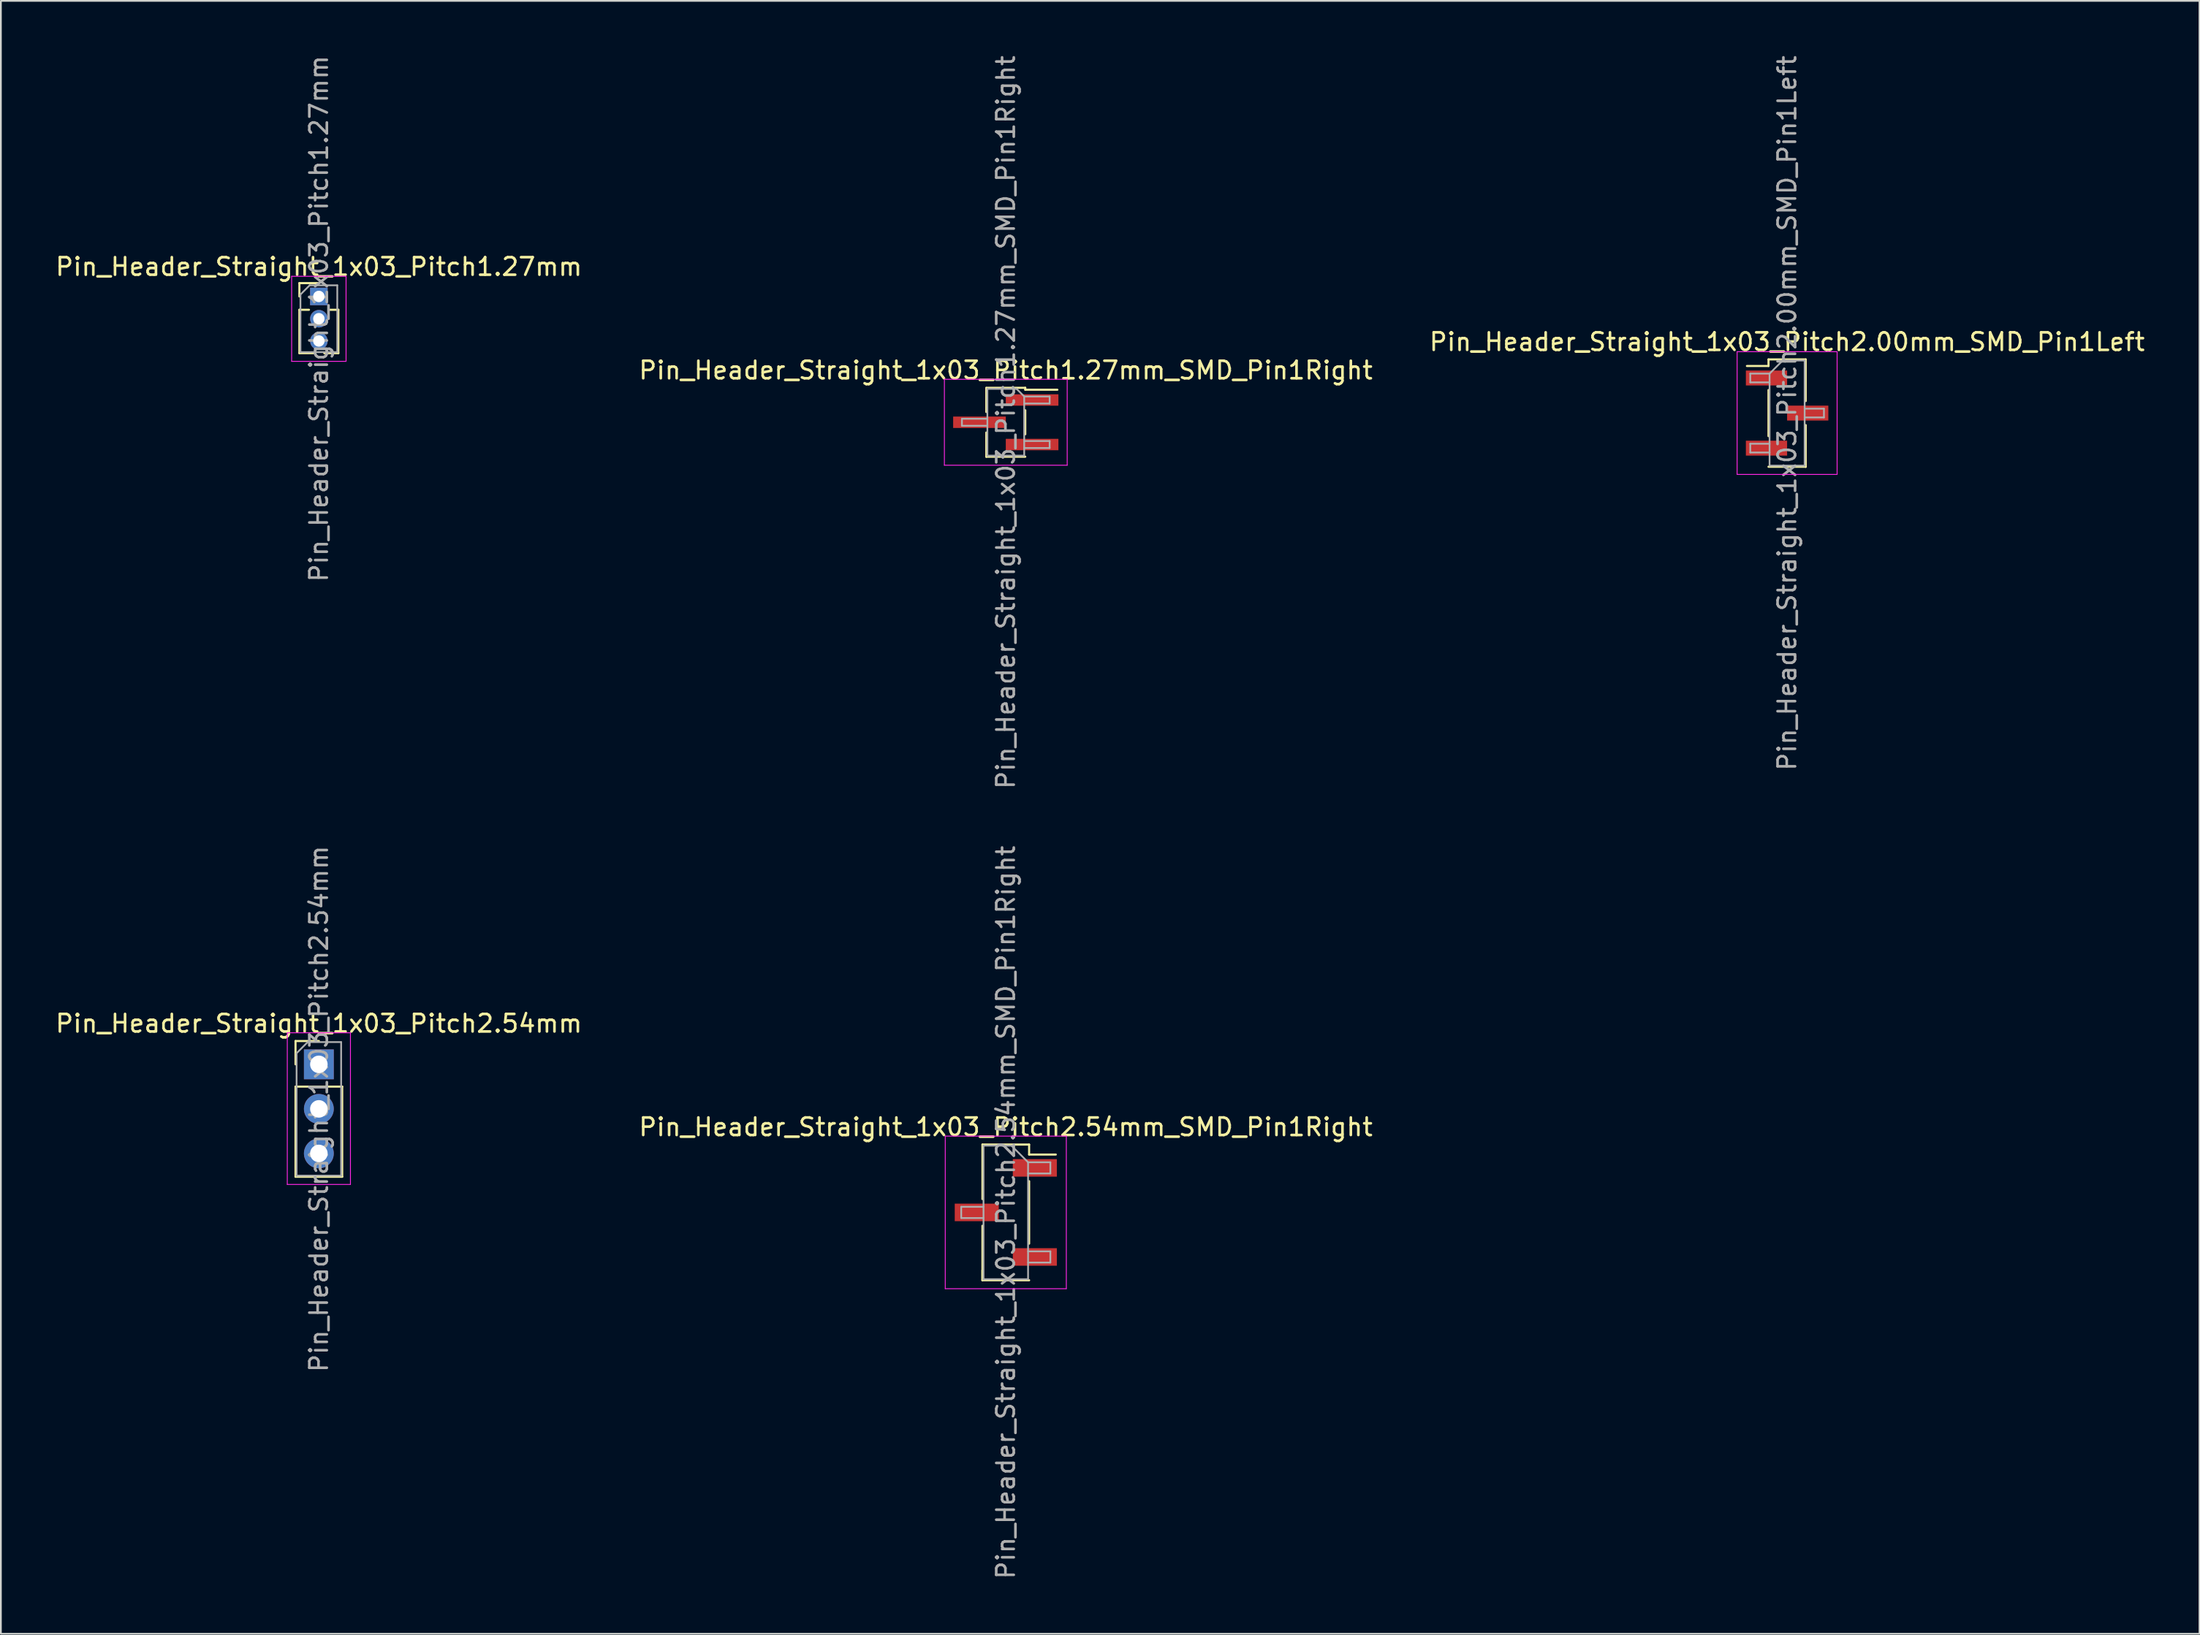
<source format=kicad_pcb>
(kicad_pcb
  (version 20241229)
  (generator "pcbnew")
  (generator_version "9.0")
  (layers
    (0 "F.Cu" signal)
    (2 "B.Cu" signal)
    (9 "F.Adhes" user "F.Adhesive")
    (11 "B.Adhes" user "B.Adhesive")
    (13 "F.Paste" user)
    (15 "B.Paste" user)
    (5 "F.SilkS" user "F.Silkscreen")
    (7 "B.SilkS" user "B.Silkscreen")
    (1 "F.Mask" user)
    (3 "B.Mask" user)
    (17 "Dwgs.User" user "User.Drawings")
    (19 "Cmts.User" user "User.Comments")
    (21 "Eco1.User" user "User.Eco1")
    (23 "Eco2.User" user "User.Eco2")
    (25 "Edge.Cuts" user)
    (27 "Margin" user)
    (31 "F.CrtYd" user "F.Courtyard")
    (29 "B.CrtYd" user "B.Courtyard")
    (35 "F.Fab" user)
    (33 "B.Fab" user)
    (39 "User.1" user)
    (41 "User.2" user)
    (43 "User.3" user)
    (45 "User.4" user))
  (footprint "Pin_Header_Straight_1x03_Pitch2.54mm"
    (layer "F.Cu")
    (at 15.125 57.645)
    (property "Reference" "Pin_Header_Straight_1x03_Pitch2.54mm" (at 0 -2.33 0) (layer "F.SilkS") (effects (font (size 1 1) (thickness 0.15))))
    (attr through_hole)
    (fp_line (start -1.33 -1.33) (end 0 -1.33) (stroke (width 0.12) (type solid)) (layer "F.SilkS"))
    (fp_line (start -1.33 0) (end -1.33 -1.33) (stroke (width 0.12) (type solid)) (layer "F.SilkS"))
    (fp_line (start -1.33 1.27) (end -1.33 6.41) (stroke (width 0.12) (type solid)) (layer "F.SilkS"))
    (fp_line (start -1.33 1.27) (end 1.33 1.27) (stroke (width 0.12) (type solid)) (layer "F.SilkS"))
    (fp_line (start -1.33 6.41) (end 1.33 6.41) (stroke (width 0.12) (type solid)) (layer "F.SilkS"))
    (fp_line (start 1.33 1.27) (end 1.33 6.41) (stroke (width 0.12) (type solid)) (layer "F.SilkS"))
    (fp_line (start -1.8 -1.8) (end -1.8 6.85) (stroke (width 0.05) (type solid)) (layer "F.CrtYd"))
    (fp_line (start -1.8 6.85) (end 1.8 6.85) (stroke (width 0.05) (type solid)) (layer "F.CrtYd"))
    (fp_line (start 1.8 -1.8) (end -1.8 -1.8) (stroke (width 0.05) (type solid)) (layer "F.CrtYd"))
    (fp_line (start 1.8 6.85) (end 1.8 -1.8) (stroke (width 0.05) (type solid)) (layer "F.CrtYd"))
    (fp_line (start -1.27 -0.635) (end -0.635 -1.27) (stroke (width 0.1) (type solid)) (layer "F.Fab"))
    (fp_line (start -1.27 6.35) (end -1.27 -0.635) (stroke (width 0.1) (type solid)) (layer "F.Fab"))
    (fp_line (start -0.635 -1.27) (end 1.27 -1.27) (stroke (width 0.1) (type solid)) (layer "F.Fab"))
    (fp_line (start 1.27 -1.27) (end 1.27 6.35) (stroke (width 0.1) (type solid)) (layer "F.Fab"))
    (fp_line (start 1.27 6.35) (end -1.27 6.35) (stroke (width 0.1) (type solid)) (layer "F.Fab"))
    (fp_text user "${REFERENCE}" (at 0 2.54 90) (layer "F.Fab") (effects (font (size 1 1) (thickness 0.15))))
    (pad "1" thru_hole rect (at 0 0) (size 1.7 1.7) (drill 1) (layers "*.Cu" "*.Mask"))
    (pad "2" thru_hole oval (at 0 2.54) (size 1.7 1.7) (drill 1) (layers "*.Cu" "*.Mask"))
    (pad "3" thru_hole oval (at 0 5.08) (size 1.7 1.7) (drill 1) (layers "*.Cu" "*.Mask")))
  (footprint "Pin_Header_Straight_1x03_Pitch2.00mm_SMD_Pin1Left"
    (layer "F.Cu")
    (at 98.815 20.506)
    (property "Reference" "Pin_Header_Straight_1x03_Pitch2.00mm_SMD_Pin1Left" (at 0 -4.06 0) (layer "F.SilkS") (effects (font (size 1 1) (thickness 0.15))))
    (attr smd)
    (fp_line (start -1.06 -3.06) (end -1.06 -2.685) (stroke (width 0.12) (type solid)) (layer "F.SilkS"))
    (fp_line (start -1.06 -3.06) (end 1.06 -3.06) (stroke (width 0.12) (type solid)) (layer "F.SilkS"))
    (fp_line (start -1.06 -2.685) (end -2.29 -2.685) (stroke (width 0.12) (type solid)) (layer "F.SilkS"))
    (fp_line (start -1.06 -1.315) (end -1.06 1.315) (stroke (width 0.12) (type solid)) (layer "F.SilkS"))
    (fp_line (start -1.06 3.06) (end 1.06 3.06) (stroke (width 0.12) (type solid)) (layer "F.SilkS"))
    (fp_line (start 1.06 -3.06) (end 1.06 -0.685) (stroke (width 0.12) (type solid)) (layer "F.SilkS"))
    (fp_line (start 1.06 0.685) (end 1.06 3.06) (stroke (width 0.12) (type solid)) (layer "F.SilkS"))
    (fp_line (start 1.06 2.685) (end 1.06 3.06) (stroke (width 0.12) (type solid)) (layer "F.SilkS"))
    (fp_line (start -2.85 -3.5) (end -2.85 3.5) (stroke (width 0.05) (type solid)) (layer "F.CrtYd"))
    (fp_line (start -2.85 3.5) (end 2.85 3.5) (stroke (width 0.05) (type solid)) (layer "F.CrtYd"))
    (fp_line (start 2.85 -3.5) (end -2.85 -3.5) (stroke (width 0.05) (type solid)) (layer "F.CrtYd"))
    (fp_line (start 2.85 3.5) (end 2.85 -3.5) (stroke (width 0.05) (type solid)) (layer "F.CrtYd"))
    (fp_line (start -2.1 -2.25) (end -2.1 -1.75) (stroke (width 0.1) (type solid)) (layer "F.Fab"))
    (fp_line (start -2.1 -1.75) (end -1 -1.75) (stroke (width 0.1) (type solid)) (layer "F.Fab"))
    (fp_line (start -2.1 1.75) (end -2.1 2.25) (stroke (width 0.1) (type solid)) (layer "F.Fab"))
    (fp_line (start -2.1 2.25) (end -1 2.25) (stroke (width 0.1) (type solid)) (layer "F.Fab"))
    (fp_line (start -1 -2.25) (end -2.1 -2.25) (stroke (width 0.1) (type solid)) (layer "F.Fab"))
    (fp_line (start -1 -2.25) (end -0.25 -3) (stroke (width 0.1) (type solid)) (layer "F.Fab"))
    (fp_line (start -1 1.75) (end -2.1 1.75) (stroke (width 0.1) (type solid)) (layer "F.Fab"))
    (fp_line (start -1 3) (end -1 -2.25) (stroke (width 0.1) (type solid)) (layer "F.Fab"))
    (fp_line (start -0.25 -3) (end 1 -3) (stroke (width 0.1) (type solid)) (layer "F.Fab"))
    (fp_line (start 1 -3) (end 1 3) (stroke (width 0.1) (type solid)) (layer "F.Fab"))
    (fp_line (start 1 -0.25) (end 2.1 -0.25) (stroke (width 0.1) (type solid)) (layer "F.Fab"))
    (fp_line (start 1 3) (end -1 3) (stroke (width 0.1) (type solid)) (layer "F.Fab"))
    (fp_line (start 2.1 -0.25) (end 2.1 0.25) (stroke (width 0.1) (type solid)) (layer "F.Fab"))
    (fp_line (start 2.1 0.25) (end 1 0.25) (stroke (width 0.1) (type solid)) (layer "F.Fab"))
    (fp_text user "${REFERENCE}" (at 0 0 90) (layer "F.Fab") (effects (font (size 1 1) (thickness 0.15))))
    (pad "1" smd rect (at -1.175 -2) (size 2.35 0.85) (layers "F.Cu" "F.Mask" "F.Paste"))
    (pad "2" smd rect (at 1.175 0) (size 2.35 0.85) (layers "F.Cu" "F.Mask" "F.Paste"))
    (pad "3" smd rect (at -1.175 2) (size 2.35 0.85) (layers "F.Cu" "F.Mask" "F.Paste")))
  (footprint "Pin_Header_Straight_1x03_Pitch1.27mm"
    (layer "F.Cu")
    (at 15.125 13.855)
    (property "Reference" "Pin_Header_Straight_1x03_Pitch1.27mm" (at 0 -1.695 0) (layer "F.SilkS") (effects (font (size 1 1) (thickness 0.15))))
    (attr through_hole)
    (fp_line (start -1.11 -0.76) (end 0 -0.76) (stroke (width 0.12) (type solid)) (layer "F.SilkS"))
    (fp_line (start -1.11 0) (end -1.11 -0.76) (stroke (width 0.12) (type solid)) (layer "F.SilkS"))
    (fp_line (start -1.11 0.76) (end -1.11 3.235) (stroke (width 0.12) (type solid)) (layer "F.SilkS"))
    (fp_line (start -1.11 0.76) (end -0.563 0.76) (stroke (width 0.12) (type solid)) (layer "F.SilkS"))
    (fp_line (start -1.11 3.235) (end -0.308 3.235) (stroke (width 0.12) (type solid)) (layer "F.SilkS"))
    (fp_line (start 0.308 3.235) (end 1.11 3.235) (stroke (width 0.12) (type solid)) (layer "F.SilkS"))
    (fp_line (start 0.563 0.76) (end 1.11 0.76) (stroke (width 0.12) (type solid)) (layer "F.SilkS"))
    (fp_line (start 1.11 0.76) (end 1.11 3.235) (stroke (width 0.12) (type solid)) (layer "F.SilkS"))
    (fp_line (start -1.55 -1.15) (end -1.55 3.7) (stroke (width 0.05) (type solid)) (layer "F.CrtYd"))
    (fp_line (start -1.55 3.7) (end 1.55 3.7) (stroke (width 0.05) (type solid)) (layer "F.CrtYd"))
    (fp_line (start 1.55 -1.15) (end -1.55 -1.15) (stroke (width 0.05) (type solid)) (layer "F.CrtYd"))
    (fp_line (start 1.55 3.7) (end 1.55 -1.15) (stroke (width 0.05) (type solid)) (layer "F.CrtYd"))
    (fp_line (start -1.05 -0.11) (end -0.525 -0.635) (stroke (width 0.1) (type solid)) (layer "F.Fab"))
    (fp_line (start -1.05 3.175) (end -1.05 -0.11) (stroke (width 0.1) (type solid)) (layer "F.Fab"))
    (fp_line (start -0.525 -0.635) (end 1.05 -0.635) (stroke (width 0.1) (type solid)) (layer "F.Fab"))
    (fp_line (start 1.05 -0.635) (end 1.05 3.175) (stroke (width 0.1) (type solid)) (layer "F.Fab"))
    (fp_line (start 1.05 3.175) (end -1.05 3.175) (stroke (width 0.1) (type solid)) (layer "F.Fab"))
    (fp_text user "${REFERENCE}" (at 0 1.27 90) (layer "F.Fab") (effects (font (size 1 1) (thickness 0.15))))
    (pad "1" thru_hole rect (at 0 0) (size 1 1) (drill 0.65) (layers "*.Cu" "*.Mask"))
    (pad "2" thru_hole oval (at 0 1.27) (size 1 1) (drill 0.65) (layers "*.Cu" "*.Mask"))
    (pad "3" thru_hole oval (at 0 2.54) (size 1 1) (drill 0.65) (layers "*.Cu" "*.Mask")))
  (footprint "Pin_Header_Straight_1x03_Pitch1.27mm_SMD_Pin1Right"
    (layer "F.Cu")
    (at 54.28 21.03)
    (property "Reference" "Pin_Header_Straight_1x03_Pitch1.27mm_SMD_Pin1Right" (at 0 -2.965 0) (layer "F.SilkS") (effects (font (size 1 1) (thickness 0.15))))
    (attr smd)
    (fp_line (start -1.11 -1.965) (end 1.11 -1.965) (stroke (width 0.12) (type solid)) (layer "F.SilkS"))
    (fp_line (start -1.11 -1.955) (end -1.11 -0.585) (stroke (width 0.12) (type solid)) (layer "F.SilkS"))
    (fp_line (start -1.11 0.585) (end -1.11 1.955) (stroke (width 0.12) (type solid)) (layer "F.SilkS"))
    (fp_line (start -1.11 1.855) (end -1.11 1.965) (stroke (width 0.12) (type solid)) (layer "F.SilkS"))
    (fp_line (start -1.11 1.965) (end 1.11 1.965) (stroke (width 0.12) (type solid)) (layer "F.SilkS"))
    (fp_line (start 1.11 -1.965) (end 1.11 -1.855) (stroke (width 0.12) (type solid)) (layer "F.SilkS"))
    (fp_line (start 1.11 -1.855) (end 2.94 -1.855) (stroke (width 0.12) (type solid)) (layer "F.SilkS"))
    (fp_line (start 1.11 -0.685) (end 1.11 0.685) (stroke (width 0.12) (type solid)) (layer "F.SilkS"))
    (fp_line (start -3.5 -2.45) (end -3.5 2.45) (stroke (width 0.05) (type solid)) (layer "F.CrtYd"))
    (fp_line (start -3.5 2.45) (end 3.5 2.45) (stroke (width 0.05) (type solid)) (layer "F.CrtYd"))
    (fp_line (start 3.5 -2.45) (end -3.5 -2.45) (stroke (width 0.05) (type solid)) (layer "F.CrtYd"))
    (fp_line (start 3.5 2.45) (end 3.5 -2.45) (stroke (width 0.05) (type solid)) (layer "F.CrtYd"))
    (fp_line (start -2.5 -0.2) (end -2.5 0.2) (stroke (width 0.1) (type solid)) (layer "F.Fab"))
    (fp_line (start -2.5 0.2) (end -1.05 0.2) (stroke (width 0.1) (type solid)) (layer "F.Fab"))
    (fp_line (start -1.05 -1.905) (end -1.05 1.905) (stroke (width 0.1) (type solid)) (layer "F.Fab"))
    (fp_line (start -1.05 -1.905) (end 0.615 -1.905) (stroke (width 0.1) (type solid)) (layer "F.Fab"))
    (fp_line (start -1.05 -0.2) (end -2.5 -0.2) (stroke (width 0.1) (type solid)) (layer "F.Fab"))
    (fp_line (start 1.05 -1.47) (end 0.615 -1.905) (stroke (width 0.1) (type solid)) (layer "F.Fab"))
    (fp_line (start 1.05 -1.47) (end 2.5 -1.47) (stroke (width 0.1) (type solid)) (layer "F.Fab"))
    (fp_line (start 1.05 1.07) (end 2.5 1.07) (stroke (width 0.1) (type solid)) (layer "F.Fab"))
    (fp_line (start 1.05 1.905) (end -1.05 1.905) (stroke (width 0.1) (type solid)) (layer "F.Fab"))
    (fp_line (start 1.05 1.905) (end 1.05 -1.47) (stroke (width 0.1) (type solid)) (layer "F.Fab"))
    (fp_line (start 2.5 -1.47) (end 2.5 -1.07) (stroke (width 0.1) (type solid)) (layer "F.Fab"))
    (fp_line (start 2.5 -1.07) (end 1.05 -1.07) (stroke (width 0.1) (type solid)) (layer "F.Fab"))
    (fp_line (start 2.5 1.07) (end 2.5 1.47) (stroke (width 0.1) (type solid)) (layer "F.Fab"))
    (fp_line (start 2.5 1.47) (end 1.05 1.47) (stroke (width 0.1) (type solid)) (layer "F.Fab"))
    (fp_text user "${REFERENCE}" (at 0 0 90) (layer "F.Fab") (effects (font (size 1 1) (thickness 0.15))))
    (pad "1" smd rect (at 1.5 -1.27) (size 3 0.65) (layers "F.Cu" "F.Mask" "F.Paste"))
    (pad "2" smd rect (at -1.5 0) (size 3 0.65) (layers "F.Cu" "F.Mask" "F.Paste"))
    (pad "3" smd rect (at 1.5 1.27) (size 3 0.65) (layers "F.Cu" "F.Mask" "F.Paste")))
  (footprint "Pin_Header_Straight_1x03_Pitch2.54mm_SMD_Pin1Right"
    (layer "F.Cu")
    (at 54.28 66.089)
    (property "Reference" "Pin_Header_Straight_1x03_Pitch2.54mm_SMD_Pin1Right" (at 0 -4.87 0) (layer "F.SilkS") (effects (font (size 1 1) (thickness 0.15))))
    (attr smd)
    (fp_line (start -1.33 -3.87) (end -1.33 -0.76) (stroke (width 0.12) (type solid)) (layer "F.SilkS"))
    (fp_line (start -1.33 -3.87) (end 1.33 -3.87) (stroke (width 0.12) (type solid)) (layer "F.SilkS"))
    (fp_line (start -1.33 0.76) (end -1.33 3.87) (stroke (width 0.12) (type solid)) (layer "F.SilkS"))
    (fp_line (start -1.33 3.3) (end -1.33 3.87) (stroke (width 0.12) (type solid)) (layer "F.SilkS"))
    (fp_line (start -1.33 3.87) (end 1.33 3.87) (stroke (width 0.12) (type solid)) (layer "F.SilkS"))
    (fp_line (start 1.33 -3.87) (end 1.33 -3.3) (stroke (width 0.12) (type solid)) (layer "F.SilkS"))
    (fp_line (start 1.33 -3.3) (end 2.85 -3.3) (stroke (width 0.12) (type solid)) (layer "F.SilkS"))
    (fp_line (start 1.33 -1.78) (end 1.33 1.78) (stroke (width 0.12) (type solid)) (layer "F.SilkS"))
    (fp_line (start -3.45 -4.35) (end -3.45 4.35) (stroke (width 0.05) (type solid)) (layer "F.CrtYd"))
    (fp_line (start -3.45 4.35) (end 3.45 4.35) (stroke (width 0.05) (type solid)) (layer "F.CrtYd"))
    (fp_line (start 3.45 -4.35) (end -3.45 -4.35) (stroke (width 0.05) (type solid)) (layer "F.CrtYd"))
    (fp_line (start 3.45 4.35) (end 3.45 -4.35) (stroke (width 0.05) (type solid)) (layer "F.CrtYd"))
    (fp_line (start -2.54 -0.32) (end -2.54 0.32) (stroke (width 0.1) (type solid)) (layer "F.Fab"))
    (fp_line (start -2.54 0.32) (end -1.27 0.32) (stroke (width 0.1) (type solid)) (layer "F.Fab"))
    (fp_line (start -1.27 -3.81) (end -1.27 3.81) (stroke (width 0.1) (type solid)) (layer "F.Fab"))
    (fp_line (start -1.27 -3.81) (end 0.32 -3.81) (stroke (width 0.1) (type solid)) (layer "F.Fab"))
    (fp_line (start -1.27 -0.32) (end -2.54 -0.32) (stroke (width 0.1) (type solid)) (layer "F.Fab"))
    (fp_line (start 1.27 -2.86) (end 0.32 -3.81) (stroke (width 0.1) (type solid)) (layer "F.Fab"))
    (fp_line (start 1.27 -2.86) (end 2.54 -2.86) (stroke (width 0.1) (type solid)) (layer "F.Fab"))
    (fp_line (start 1.27 2.22) (end 2.54 2.22) (stroke (width 0.1) (type solid)) (layer "F.Fab"))
    (fp_line (start 1.27 3.81) (end -1.27 3.81) (stroke (width 0.1) (type solid)) (layer "F.Fab"))
    (fp_line (start 1.27 3.81) (end 1.27 -2.86) (stroke (width 0.1) (type solid)) (layer "F.Fab"))
    (fp_line (start 2.54 -2.86) (end 2.54 -2.22) (stroke (width 0.1) (type solid)) (layer "F.Fab"))
    (fp_line (start 2.54 -2.22) (end 1.27 -2.22) (stroke (width 0.1) (type solid)) (layer "F.Fab"))
    (fp_line (start 2.54 2.22) (end 2.54 2.86) (stroke (width 0.1) (type solid)) (layer "F.Fab"))
    (fp_line (start 2.54 2.86) (end 1.27 2.86) (stroke (width 0.1) (type solid)) (layer "F.Fab"))
    (fp_text user "${REFERENCE}" (at 0 0 90) (layer "F.Fab") (effects (font (size 1 1) (thickness 0.15))))
    (pad "1" smd rect (at 1.655 -2.54) (size 2.51 1) (layers "F.Cu" "F.Mask" "F.Paste"))
    (pad "2" smd rect (at -1.655 0) (size 2.51 1) (layers "F.Cu" "F.Mask" "F.Paste"))
    (pad "3" smd rect (at 1.655 2.54) (size 2.51 1) (layers "F.Cu" "F.Mask" "F.Paste")))
  (gr_rect
    (start -3 -3)
    (end 122.321 90.119)
    (stroke (width 0.1) (type default))
    (fill no)
    (layer "Edge.Cuts")))
</source>
